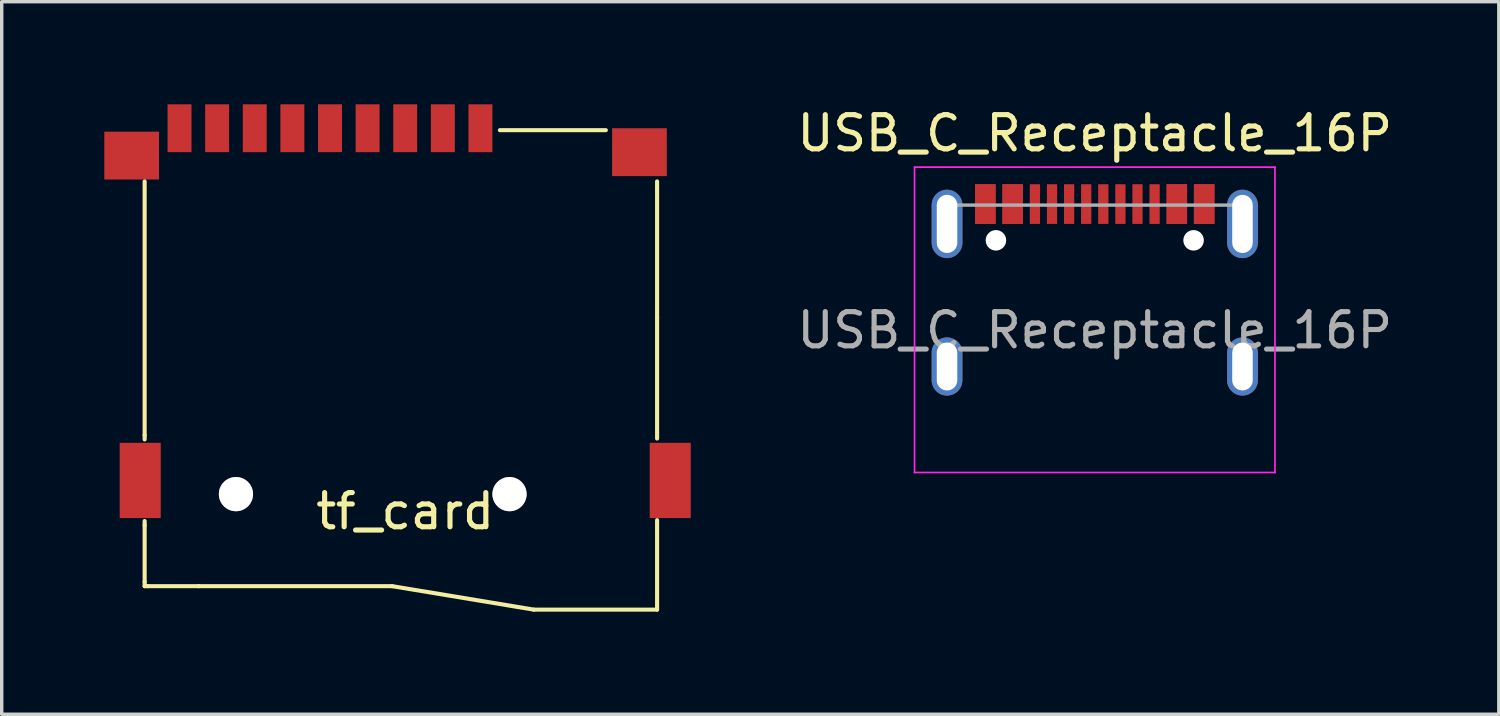
<source format=kicad_pcb>
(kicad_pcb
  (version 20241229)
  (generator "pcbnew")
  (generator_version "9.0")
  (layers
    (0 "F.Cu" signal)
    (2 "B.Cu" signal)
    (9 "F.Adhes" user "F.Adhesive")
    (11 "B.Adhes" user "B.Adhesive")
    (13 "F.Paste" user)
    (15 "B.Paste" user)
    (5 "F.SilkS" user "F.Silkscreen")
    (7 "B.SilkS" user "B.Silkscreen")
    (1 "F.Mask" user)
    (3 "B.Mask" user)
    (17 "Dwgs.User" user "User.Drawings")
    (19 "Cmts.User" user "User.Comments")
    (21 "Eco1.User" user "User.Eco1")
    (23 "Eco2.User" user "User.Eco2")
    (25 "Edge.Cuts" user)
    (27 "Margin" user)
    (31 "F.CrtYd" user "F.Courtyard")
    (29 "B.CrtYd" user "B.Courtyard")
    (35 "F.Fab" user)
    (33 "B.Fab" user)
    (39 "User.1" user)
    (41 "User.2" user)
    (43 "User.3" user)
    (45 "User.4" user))
  (footprint "tf_card"
    (layer "F.Cu")
    (at 8.8 11.4)
    (property "Reference" "tf_card" (at 0 0.5 0) (layer "F.SilkS") (effects (font (size 1 1) (thickness 0.15))))
    (attr through_hole)
    (fp_line (start -7.62 -9.144) (end -7.62 -1.727) (stroke (width 0.12) (type solid)) (layer "F.SilkS"))
    (fp_line (start -7.62 -1.727) (end -7.62 -1.6) (stroke (width 0.12) (type solid)) (layer "F.SilkS"))
    (fp_line (start -7.62 0.914) (end -7.62 0.787) (stroke (width 0.12) (type solid)) (layer "F.SilkS"))
    (fp_line (start -7.62 2.565) (end -7.62 0.914) (stroke (width 0.12) (type solid)) (layer "F.SilkS"))
    (fp_line (start -7.62 2.692) (end -7.62 2.565) (stroke (width 0.12) (type solid)) (layer "F.SilkS"))
    (fp_line (start -7.518 2.692) (end -7.62 2.692) (stroke (width 0.12) (type solid)) (layer "F.SilkS"))
    (fp_line (start -6.045 2.692) (end -7.518 2.692) (stroke (width 0.12) (type solid)) (layer "F.SilkS"))
    (fp_line (start -0.381 2.692) (end -6.045 2.692) (stroke (width 0.12) (type solid)) (layer "F.SilkS"))
    (fp_line (start 2.769 -10.643) (end 5.867 -10.643) (stroke (width 0.12) (type solid)) (layer "F.SilkS"))
    (fp_line (start 3.759 3.378) (end -0.381 2.692) (stroke (width 0.12) (type solid)) (layer "F.SilkS"))
    (fp_line (start 7.366 -9.144) (end 7.366 -5.156) (stroke (width 0.12) (type solid)) (layer "F.SilkS"))
    (fp_line (start 7.366 -5.156) (end 7.366 -1.626) (stroke (width 0.12) (type solid)) (layer "F.SilkS"))
    (fp_line (start 7.366 0.762) (end 7.366 3.378) (stroke (width 0.12) (type solid)) (layer "F.SilkS"))
    (fp_line (start 7.366 3.378) (end 3.759 3.378) (stroke (width 0.12) (type solid)) (layer "F.SilkS"))
    (pad "1" smd rect (at 2.2 -10.7) (size 0.7 1.4) (layers "F.Cu" "F.Mask" "F.Paste"))
    (pad "2" smd rect (at 1.1 -10.7) (size 0.7 1.4) (layers "F.Cu" "F.Mask" "F.Paste"))
    (pad "3" smd rect (at 0 -10.7) (size 0.7 1.4) (layers "F.Cu" "F.Mask" "F.Paste"))
    (pad "4" smd rect (at -1.1 -10.7) (size 0.7 1.4) (layers "F.Cu" "F.Mask" "F.Paste"))
    (pad "5" smd rect (at -2.2 -10.7) (size 0.7 1.4) (layers "F.Cu" "F.Mask" "F.Paste"))
    (pad "6" smd rect (at -3.3 -10.7) (size 0.7 1.4) (layers "F.Cu" "F.Mask" "F.Paste"))
    (pad "7" smd rect (at -4.4 -10.7) (size 0.7 1.4) (layers "F.Cu" "F.Mask" "F.Paste"))
    (pad "8" smd rect (at -5.5 -10.7) (size 0.7 1.4) (layers "F.Cu" "F.Mask" "F.Paste"))
    (pad "9" smd rect (at -6.6 -10.7) (size 0.7 1.4) (layers "F.Cu" "F.Mask" "F.Paste"))
    (pad "10" smd rect (at 6.85 -10) (size 1.6 1.4) (layers "F.Cu" "F.Mask" "F.Paste"))
    (pad "11" smd rect (at -8 -9.9) (size 1.6 1.4) (layers "F.Cu" "F.Mask" "F.Paste"))
    (pad "12" smd rect (at -7.75 -0.4) (size 1.2 2.2) (layers "F.Cu" "F.Mask" "F.Paste"))
    (pad "13" smd rect (at 7.75 -0.4) (size 1.2 2.2) (layers "F.Cu" "F.Mask" "F.Paste"))
    (pad "14" thru_hole circle (at -4.95 0) (size 1 1) (drill 1) (layers "*.Cu" "*.Mask"))
    (pad "15" thru_hole circle (at 3.05 0) (size 1 1) (drill 1) (layers "*.Cu" "*.Mask")))
  (footprint "USB_C_Receptacle_16P"
    (layer "F.Cu")
    (at 28.965 5.428)
    (property "Reference" "USB_C_Receptacle_16P" (at 0 -4.58 0) (layer "F.SilkS") (effects (font (size 1 1) (thickness 0.15))))
    (attr smd)
    (fp_line (start -5.27 -3.59) (end -5.27 5.34) (stroke (width 0.05) (type solid)) (layer "F.CrtYd"))
    (fp_line (start -5.27 5.34) (end 5.27 5.34) (stroke (width 0.05) (type solid)) (layer "F.CrtYd"))
    (fp_line (start 5.27 -3.59) (end -5.27 -3.59) (stroke (width 0.05) (type solid)) (layer "F.CrtYd"))
    (fp_line (start 5.27 5.34) (end 5.27 -3.59) (stroke (width 0.05) (type solid)) (layer "F.CrtYd"))
    (fp_line (start -4.47 -2.48) (end 4.47 -2.48) (stroke (width 0.1) (type solid)) (layer "F.Fab"))
    (fp_text user "${REFERENCE}" (at 0 1.18 0) (layer "F.Fab") (effects (font (size 1 1) (thickness 0.15))))
    (pad "" np_thru_hole circle (at -2.89 -1.45 180) (size 0.6 0.6) (drill 0.6) (layers "*.Cu" "*.Mask"))
    (pad "" np_thru_hole circle (at 2.89 -1.45 180) (size 0.6 0.6) (drill 0.6) (layers "*.Cu" "*.Mask"))
    (pad "A1" smd rect (at -3.2 -2.51) (size 0.6 1.16) (layers "F.Cu" "F.Mask" "F.Paste"))
    (pad "A4" smd rect (at -2.4 -2.51) (size 0.6 1.16) (layers "F.Cu" "F.Mask" "F.Paste"))
    (pad "A5" smd rect (at -1.25 -2.51 180) (size 0.3 1.16) (layers "F.Cu" "F.Mask" "F.Paste"))
    (pad "A6" smd rect (at -0.25 -2.51 180) (size 0.3 1.16) (layers "F.Cu" "F.Mask" "F.Paste"))
    (pad "A7" smd rect (at 0.25 -2.51 180) (size 0.3 1.16) (layers "F.Cu" "F.Mask" "F.Paste"))
    (pad "A8" smd rect (at 1.25 -2.51 180) (size 0.3 1.16) (layers "F.Cu" "F.Mask" "F.Paste"))
    (pad "A9" smd rect (at 2.4 -2.51) (size 0.6 1.16) (layers "F.Cu" "F.Mask" "F.Paste"))
    (pad "A12" smd rect (at 3.2 -2.51) (size 0.6 1.16) (layers "F.Cu" "F.Mask" "F.Paste"))
    (pad "B1" smd rect (at 3.2 -2.51) (size 0.6 1.16) (layers "F.Cu" "F.Mask" "F.Paste"))
    (pad "B4" smd rect (at 2.4 -2.51) (size 0.6 1.16) (layers "F.Cu" "F.Mask" "F.Paste"))
    (pad "B5" smd rect (at 1.75 -2.51 180) (size 0.3 1.16) (layers "F.Cu" "F.Mask" "F.Paste"))
    (pad "B6" smd rect (at 0.75 -2.51 180) (size 0.3 1.16) (layers "F.Cu" "F.Mask" "F.Paste"))
    (pad "B7" smd rect (at -0.75 -2.51 180) (size 0.3 1.16) (layers "F.Cu" "F.Mask" "F.Paste"))
    (pad "B8" smd rect (at -1.75 -2.51 180) (size 0.3 1.16) (layers "F.Cu" "F.Mask" "F.Paste"))
    (pad "B9" smd rect (at -2.4 -2.51) (size 0.6 1.16) (layers "F.Cu" "F.Mask" "F.Paste"))
    (pad "B12" smd rect (at -3.2 -2.51) (size 0.6 1.16) (layers "F.Cu" "F.Mask" "F.Paste"))
    (pad "S1" thru_hole oval (at -4.32 -1.93 90) (size 2 0.9) (drill oval 1.7 0.6) (layers "*.Cu" "*.Mask"))
    (pad "S1" thru_hole oval (at -4.32 2.24 90) (size 1.7 0.9) (drill oval 1.4 0.6) (layers "*.Cu" "*.Mask"))
    (pad "S1" thru_hole oval (at 4.32 -1.93 90) (size 2 0.9) (drill oval 1.7 0.6) (layers "*.Cu" "*.Mask"))
    (pad "S1" thru_hole oval (at 4.32 2.24 90) (size 1.7 0.9) (drill oval 1.4 0.6) (layers "*.Cu" "*.Mask")))
  (gr_rect
    (start -3 -3)
    (end 40.781 17.838)
    (stroke (width 0.1) (type default))
    (fill no)
    (layer "Edge.Cuts")))
</source>
